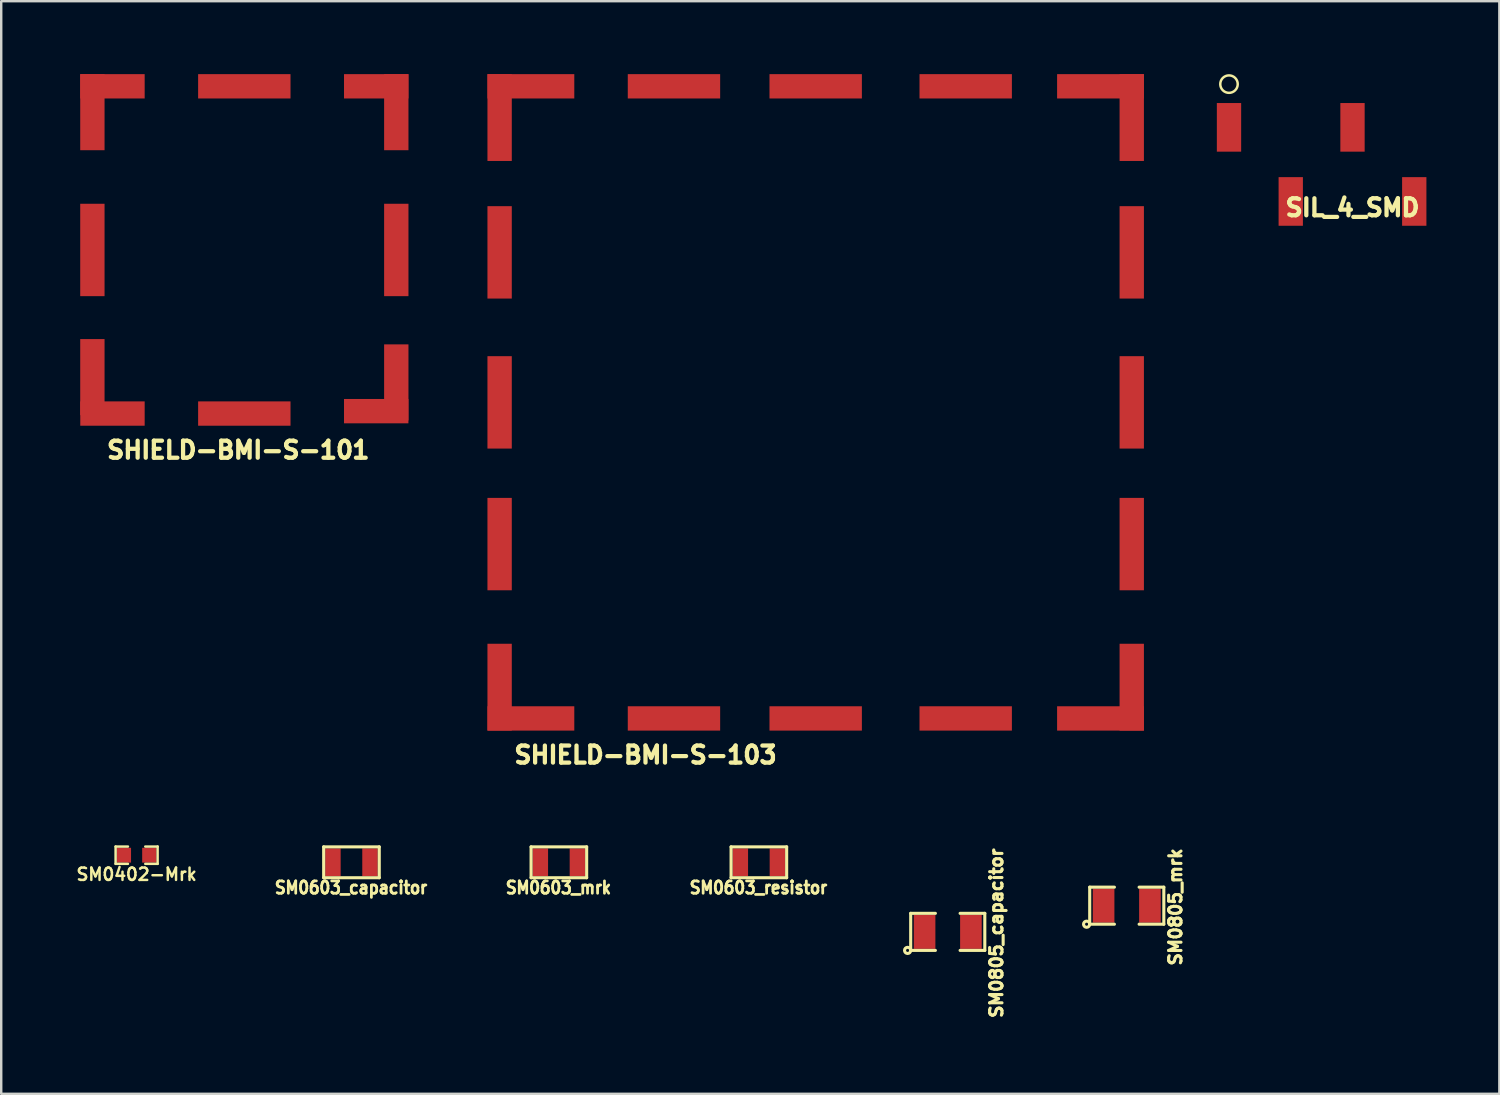
<source format=kicad_pcb>
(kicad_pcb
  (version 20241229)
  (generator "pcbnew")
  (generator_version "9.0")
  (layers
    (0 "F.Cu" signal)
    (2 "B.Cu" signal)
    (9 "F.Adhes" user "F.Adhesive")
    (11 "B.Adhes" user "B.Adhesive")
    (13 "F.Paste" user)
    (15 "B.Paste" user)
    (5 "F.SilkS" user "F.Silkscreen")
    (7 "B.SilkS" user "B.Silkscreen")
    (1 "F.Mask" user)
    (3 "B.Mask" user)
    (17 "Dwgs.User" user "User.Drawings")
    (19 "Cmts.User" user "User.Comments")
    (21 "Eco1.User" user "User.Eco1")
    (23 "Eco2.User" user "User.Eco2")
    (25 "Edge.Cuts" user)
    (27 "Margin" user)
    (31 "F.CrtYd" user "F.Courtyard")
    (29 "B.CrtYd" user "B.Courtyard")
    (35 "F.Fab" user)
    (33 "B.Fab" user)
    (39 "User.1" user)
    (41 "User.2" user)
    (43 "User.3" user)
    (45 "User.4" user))
  (footprint "SM0402-Mrk"
    (layer "F.Cu")
    (at 2.569 32.125)
    (property "Reference" "SM0402-Mrk" (at 0 0.787 0) (layer "F.SilkS") (effects (font (size 0.508 0.508) (thickness 0.102))))
    (attr smd)
    (fp_line (start -0.864 -0.356) (end -0.864 0.356) (stroke (width 0.102) (type solid)) (layer "F.SilkS"))
    (fp_line (start -0.864 0.356) (end -0.356 0.356) (stroke (width 0.102) (type solid)) (layer "F.SilkS"))
    (fp_line (start -0.356 -0.356) (end -0.864 -0.356) (stroke (width 0.102) (type solid)) (layer "F.SilkS"))
    (fp_line (start 0.356 -0.356) (end 0.864 -0.356) (stroke (width 0.102) (type solid)) (layer "F.SilkS"))
    (fp_line (start 0.864 -0.356) (end 0.864 0.356) (stroke (width 0.102) (type solid)) (layer "F.SilkS"))
    (fp_line (start 0.864 0.356) (end 0.356 0.356) (stroke (width 0.102) (type solid)) (layer "F.SilkS"))
    (pad "1" smd rect (at -0.521 0) (size 0.584 0.61) (layers "F.Cu" "F.Mask" "F.Paste"))
    (pad "2" smd rect (at 0.521 0) (size 0.584 0.61) (layers "F.Cu" "F.Mask" "F.Paste")))
  (footprint "SIL_4_SMD"
    (layer "F.Cu")
    (at 51.31 3.712)
    (property "Reference" "SIL_4_SMD" (at 1.27 1.778 0) (layer "F.SilkS") (effects (font (size 0.7 0.7) (thickness 0.175))))
    (attr through_hole)
    (fp_circle (center -3.81 -3.302) (end -3.556 -3.048) (stroke (width 0.102) (type solid)) (fill no) (layer "F.SilkS"))
    (pad "1" smd rect (at -3.81 -1.524) (size 1 2) (layers "F.Cu" "F.Mask" "F.Paste"))
    (pad "2" smd rect (at -1.27 1.524) (size 1 2) (layers "F.Cu" "F.Mask" "F.Paste"))
    (pad "3" smd rect (at 1.27 -1.524) (size 1 2) (layers "F.Cu" "F.Mask" "F.Paste"))
    (pad "4" smd rect (at 3.81 1.524) (size 1 2) (layers "F.Cu" "F.Mask" "F.Paste")))
  (footprint "SHIELD-BMI-S-103"
    (layer "F.Cu")
    (at 17 27)
    (property "Reference" "SHIELD-BMI-S-103" (at 6.5 1.001 0) (layer "F.SilkS") (effects (font (size 0.701 0.701) (thickness 0.175))))
    (attr through_hole)
    (pad "1" smd rect (at 0.5 -25.215) (size 1.001 3.571) (layers "F.Cu" "F.Mask" "F.Paste"))
    (pad "1" smd rect (at 0.5 -19.67) (size 1.001 3.8) (layers "F.Cu" "F.Mask" "F.Paste"))
    (pad "1" smd rect (at 0.5 -13.5) (size 1.001 3.8) (layers "F.Cu" "F.Mask" "F.Paste"))
    (pad "1" smd rect (at 0.5 -7.671) (size 1.001 3.8) (layers "F.Cu" "F.Mask" "F.Paste"))
    (pad "1" smd rect (at 0.5 -1.786) (size 1.001 3.571) (layers "F.Cu" "F.Mask" "F.Paste"))
    (pad "1" smd rect (at 1.786 -26.5) (size 3.571 1.001) (layers "F.Cu" "F.Mask" "F.Paste"))
    (pad "1" smd rect (at 1.786 -0.5) (size 3.571 1.001) (layers "F.Cu" "F.Mask" "F.Paste"))
    (pad "1" smd rect (at 7.671 -26.5) (size 3.8 1.001) (layers "F.Cu" "F.Mask" "F.Paste"))
    (pad "1" smd rect (at 7.671 -0.5) (size 3.8 1.001) (layers "F.Cu" "F.Mask" "F.Paste"))
    (pad "1" smd rect (at 13.5 -26.5 90) (size 1.001 3.8) (layers "F.Cu" "F.Mask" "F.Paste"))
    (pad "1" smd rect (at 13.5 -0.5 90) (size 1.001 3.8) (layers "F.Cu" "F.Mask" "F.Paste"))
    (pad "1" smd rect (at 19.67 -26.5 90) (size 1.001 3.8) (layers "F.Cu" "F.Mask" "F.Paste"))
    (pad "1" smd rect (at 19.67 -0.5 90) (size 1.001 3.8) (layers "F.Cu" "F.Mask" "F.Paste"))
    (pad "1" smd rect (at 25.215 -26.5) (size 3.571 1.001) (layers "F.Cu" "F.Mask" "F.Paste"))
    (pad "1" smd rect (at 25.215 -0.5) (size 3.571 1.001) (layers "F.Cu" "F.Mask" "F.Paste"))
    (pad "1" smd rect (at 26.5 -25.215) (size 1.001 3.571) (layers "F.Cu" "F.Mask" "F.Paste"))
    (pad "1" smd rect (at 26.5 -19.67) (size 1.001 3.8) (layers "F.Cu" "F.Mask" "F.Paste"))
    (pad "1" smd rect (at 26.5 -13.5) (size 1.001 3.8) (layers "F.Cu" "F.Mask" "F.Paste"))
    (pad "1" smd rect (at 26.5 -7.671) (size 1.001 3.8) (layers "F.Cu" "F.Mask" "F.Paste"))
    (pad "1" smd rect (at 26.5 -1.786) (size 1.001 3.571) (layers "F.Cu" "F.Mask" "F.Paste")))
  (footprint "SHIELD-BMI-S-101"
    (layer "F.Cu")
    (at 0.25 14.46)
    (property "Reference" "SHIELD-BMI-S-101" (at 6.5 1.001 0) (layer "F.SilkS") (effects (font (size 0.701 0.701) (thickness 0.175))))
    (attr through_hole)
    (pad "1" smd rect (at 0.5 -12.896) (size 1.001 3.129) (layers "F.Cu" "F.Mask" "F.Paste"))
    (pad "1" smd rect (at 0.5 -7.229) (size 1.001 3.8) (layers "F.Cu" "F.Mask" "F.Paste"))
    (pad "1" smd rect (at 0.5 -1.999) (size 1.001 3.129) (layers "F.Cu" "F.Mask" "F.Paste"))
    (pad "1" smd rect (at 1.326 -13.96) (size 2.649 1.001) (layers "F.Cu" "F.Mask" "F.Paste"))
    (pad "1" smd rect (at 1.326 -0.5) (size 2.649 1.001) (layers "F.Cu" "F.Mask" "F.Paste"))
    (pad "1" smd rect (at 6.749 -13.96) (size 3.8 1.001) (layers "F.Cu" "F.Mask" "F.Paste"))
    (pad "1" smd rect (at 6.749 -0.5) (size 3.8 1.001) (layers "F.Cu" "F.Mask" "F.Paste"))
    (pad "1" smd rect (at 12.174 -13.96) (size 2.649 1.001) (layers "F.Cu" "F.Mask" "F.Paste"))
    (pad "1" smd rect (at 12.174 -0.599) (size 2.649 1.001) (layers "F.Cu" "F.Mask" "F.Paste"))
    (pad "1" smd rect (at 13 -12.896) (size 1.001 3.129) (layers "F.Cu" "F.Mask" "F.Paste"))
    (pad "1" smd rect (at 13 -7.229) (size 1.001 3.8) (layers "F.Cu" "F.Mask" "F.Paste"))
    (pad "1" smd rect (at 13 -1.781) (size 1.001 3.129) (layers "F.Cu" "F.Mask" "F.Paste")))
  (footprint "SM0603_capacitor"
    (layer "F.Cu")
    (at 11.406 32.417)
    (property "Reference" "SM0603_capacitor" (at -0.018 1.044 0) (layer "F.SilkS") (effects (font (size 0.508 0.457) (thickness 0.114))))
    (attr smd)
    (fp_line (start -1.143 -0.635) (end 1.143 -0.635) (stroke (width 0.127) (type solid)) (layer "F.SilkS"))
    (fp_line (start -1.143 0.635) (end -1.143 -0.635) (stroke (width 0.127) (type solid)) (layer "F.SilkS"))
    (fp_line (start 1.143 -0.635) (end 1.143 0.635) (stroke (width 0.127) (type solid)) (layer "F.SilkS"))
    (fp_line (start 1.143 0.635) (end -1.143 0.635) (stroke (width 0.127) (type solid)) (layer "F.SilkS"))
    (pad "1" smd rect (at -0.762 0) (size 0.635 1.143) (layers "F.Cu" "F.Mask" "F.Paste"))
    (pad "2" smd rect (at 0.762 0) (size 0.635 1.143) (layers "F.Cu" "F.Mask" "F.Paste")))
  (footprint "SM0805_capacitor"
    (layer "F.Cu")
    (at 35.932 35.279)
    (property "Reference" "SM0805_capacitor" (at 2.002 0.051 90) (layer "F.SilkS") (effects (font (size 0.508 0.508) (thickness 0.127))))
    (attr smd)
    (fp_line (start -1.524 -0.762) (end -0.508 -0.762) (stroke (width 0.127) (type solid)) (layer "F.SilkS"))
    (fp_line (start -1.524 0.762) (end -1.524 -0.762) (stroke (width 0.127) (type solid)) (layer "F.SilkS"))
    (fp_line (start -0.508 0.762) (end -1.524 0.762) (stroke (width 0.127) (type solid)) (layer "F.SilkS"))
    (fp_line (start 0.508 -0.762) (end 1.524 -0.762) (stroke (width 0.127) (type solid)) (layer "F.SilkS"))
    (fp_line (start 1.524 -0.762) (end 1.524 0.762) (stroke (width 0.127) (type solid)) (layer "F.SilkS"))
    (fp_line (start 1.524 0.762) (end 0.508 0.762) (stroke (width 0.127) (type solid)) (layer "F.SilkS"))
    (fp_circle (center -1.651 0.762) (end -1.651 0.635) (stroke (width 0.127) (type solid)) (fill no) (layer "F.SilkS"))
    (pad "1" smd rect (at -0.953 0) (size 0.889 1.397) (layers "F.Cu" "F.Mask" "F.Paste"))
    (pad "2" smd rect (at 0.953 0) (size 0.889 1.397) (layers "F.Cu" "F.Mask" "F.Paste")))
  (footprint "SM0603_resistor"
    (layer "F.Cu")
    (at 28.163 32.417)
    (property "Reference" "SM0603_resistor" (at -0.018 1.044 0) (layer "F.SilkS") (effects (font (size 0.508 0.457) (thickness 0.114))))
    (attr smd)
    (fp_line (start -1.143 -0.635) (end 1.143 -0.635) (stroke (width 0.127) (type solid)) (layer "F.SilkS"))
    (fp_line (start -1.143 0.635) (end -1.143 -0.635) (stroke (width 0.127) (type solid)) (layer "F.SilkS"))
    (fp_line (start 1.143 -0.635) (end 1.143 0.635) (stroke (width 0.127) (type solid)) (layer "F.SilkS"))
    (fp_line (start 1.143 0.635) (end -1.143 0.635) (stroke (width 0.127) (type solid)) (layer "F.SilkS"))
    (pad "1" smd rect (at -0.762 0) (size 0.635 1.143) (layers "F.Cu" "F.Mask" "F.Paste"))
    (pad "2" smd rect (at 0.762 0) (size 0.635 1.143) (layers "F.Cu" "F.Mask" "F.Paste")))
  (footprint "SM0603_mrk"
    (layer "F.Cu")
    (at 19.937 32.417)
    (property "Reference" "SM0603_mrk" (at -0.018 1.044 0) (layer "F.SilkS") (effects (font (size 0.508 0.457) (thickness 0.114))))
    (attr smd)
    (fp_line (start -1.143 -0.635) (end 1.143 -0.635) (stroke (width 0.127) (type solid)) (layer "F.SilkS"))
    (fp_line (start -1.143 0.635) (end -1.143 -0.635) (stroke (width 0.127) (type solid)) (layer "F.SilkS"))
    (fp_line (start 1.143 -0.635) (end 1.143 0.635) (stroke (width 0.127) (type solid)) (layer "F.SilkS"))
    (fp_line (start 1.143 0.635) (end -1.143 0.635) (stroke (width 0.127) (type solid)) (layer "F.SilkS"))
    (pad "1" smd rect (at -0.762 0) (size 0.635 1.143) (layers "F.Cu" "F.Mask" "F.Paste"))
    (pad "2" smd rect (at 0.762 0) (size 0.635 1.143) (layers "F.Cu" "F.Mask" "F.Paste")))
  (footprint "SM0805_mrk"
    (layer "F.Cu")
    (at 43.295 34.202)
    (property "Reference" "SM0805_mrk" (at 2.002 0.051 90) (layer "F.SilkS") (effects (font (size 0.508 0.508) (thickness 0.127))))
    (attr smd)
    (fp_line (start -1.524 -0.762) (end -0.508 -0.762) (stroke (width 0.127) (type solid)) (layer "F.SilkS"))
    (fp_line (start -1.524 0.762) (end -1.524 -0.762) (stroke (width 0.127) (type solid)) (layer "F.SilkS"))
    (fp_line (start -0.508 0.762) (end -1.524 0.762) (stroke (width 0.127) (type solid)) (layer "F.SilkS"))
    (fp_line (start 0.508 -0.762) (end 1.524 -0.762) (stroke (width 0.127) (type solid)) (layer "F.SilkS"))
    (fp_line (start 1.524 -0.762) (end 1.524 0.762) (stroke (width 0.127) (type solid)) (layer "F.SilkS"))
    (fp_line (start 1.524 0.762) (end 0.508 0.762) (stroke (width 0.127) (type solid)) (layer "F.SilkS"))
    (fp_circle (center -1.651 0.762) (end -1.651 0.635) (stroke (width 0.127) (type solid)) (fill no) (layer "F.SilkS"))
    (pad "1" smd rect (at -0.953 0) (size 0.889 1.397) (layers "F.Cu" "F.Mask" "F.Paste"))
    (pad "2" smd rect (at 0.953 0) (size 0.889 1.397) (layers "F.Cu" "F.Mask" "F.Paste")))
  (gr_rect
    (start -3 -3)
    (end 58.62 41.941)
    (stroke (width 0.1) (type default))
    (fill no)
    (layer "Edge.Cuts")))
</source>
